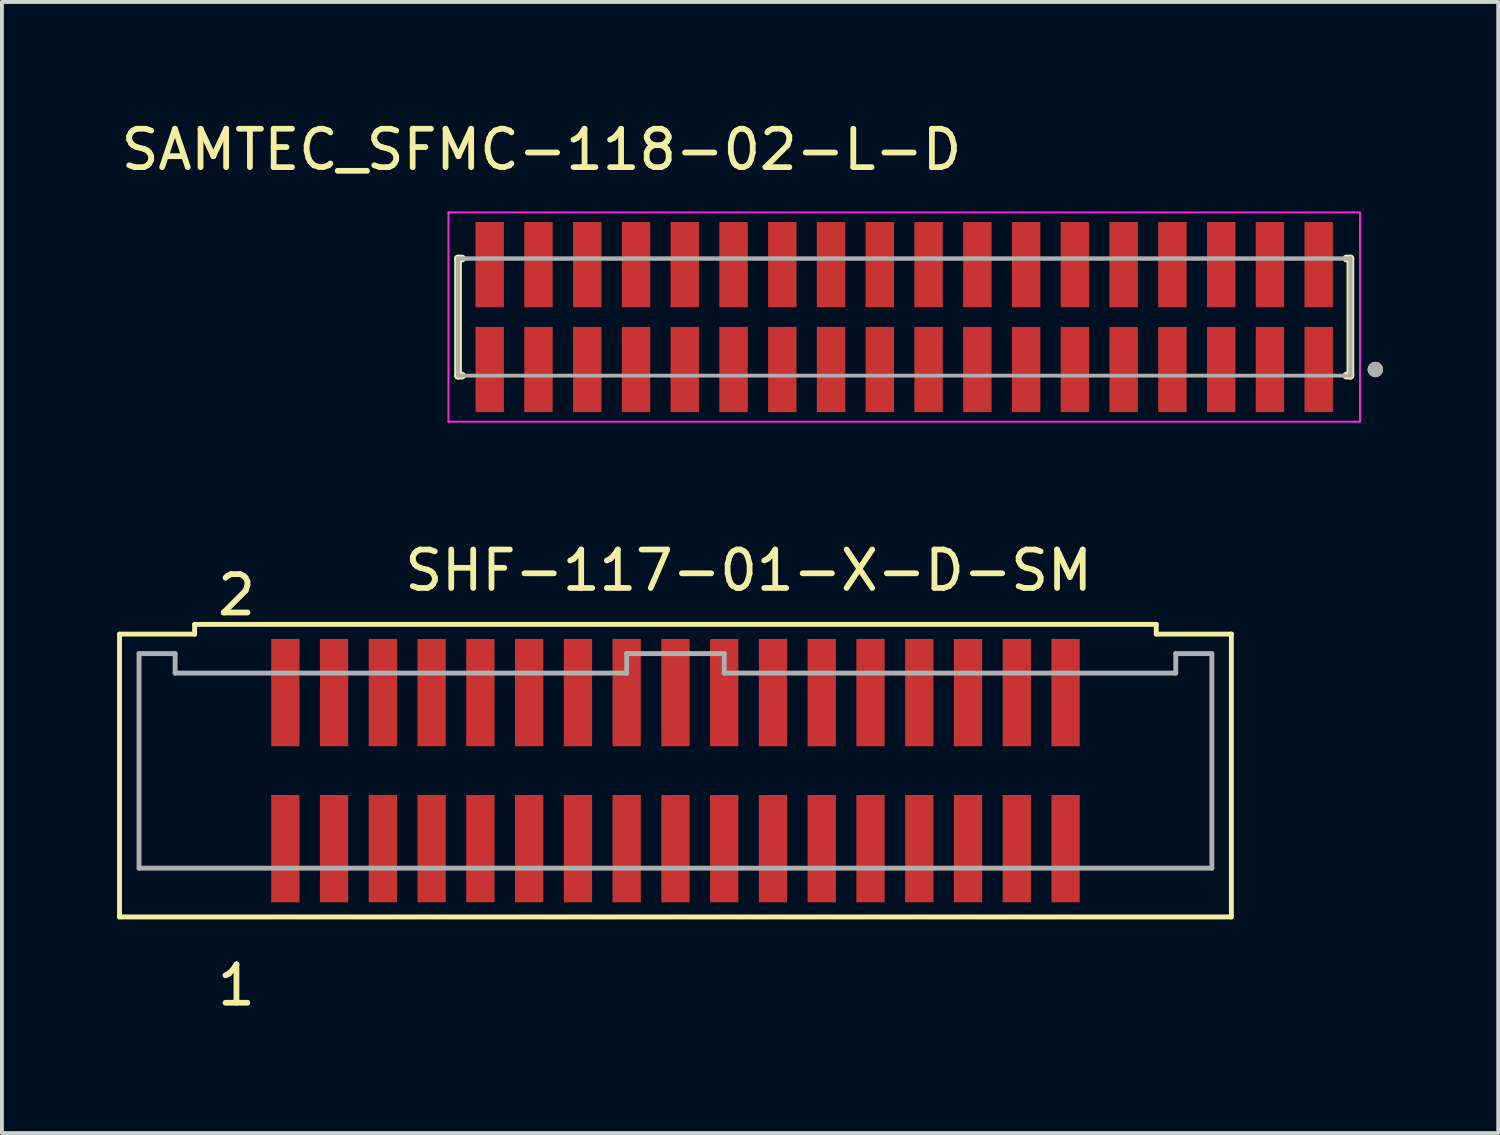
<source format=kicad_pcb>
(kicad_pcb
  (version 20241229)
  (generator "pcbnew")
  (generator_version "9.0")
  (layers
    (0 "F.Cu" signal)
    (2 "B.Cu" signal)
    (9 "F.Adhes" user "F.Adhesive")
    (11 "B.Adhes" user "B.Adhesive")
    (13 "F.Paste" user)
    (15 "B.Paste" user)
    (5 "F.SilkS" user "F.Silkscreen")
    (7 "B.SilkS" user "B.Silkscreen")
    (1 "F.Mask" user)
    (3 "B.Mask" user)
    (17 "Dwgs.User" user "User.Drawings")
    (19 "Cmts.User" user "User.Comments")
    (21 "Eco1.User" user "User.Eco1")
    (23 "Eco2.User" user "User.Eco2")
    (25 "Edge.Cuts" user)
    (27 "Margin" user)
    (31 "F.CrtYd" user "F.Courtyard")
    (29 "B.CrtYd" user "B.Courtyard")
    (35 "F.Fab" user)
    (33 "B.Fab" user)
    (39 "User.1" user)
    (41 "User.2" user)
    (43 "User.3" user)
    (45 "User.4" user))
  (footprint "SHF-117-01-X-D-SM"
    (layer "F.Cu")
    (at 14.541 17.02)
    (property "Reference" "SHF-117-01-X-D-SM" (at 1.907 -5.213 0) (layer "F.SilkS") (effects (font (size 1.001 1.001) (thickness 0.15))))
    (attr smd)
    (fp_line (start -14.478 -3.556) (end -12.522 -3.556) (stroke (width 0.127) (type solid)) (layer "F.SilkS"))
    (fp_line (start -14.478 3.81) (end -14.478 -3.556) (stroke (width 0.127) (type solid)) (layer "F.SilkS"))
    (fp_line (start -12.522 -3.81) (end 12.522 -3.81) (stroke (width 0.127) (type solid)) (layer "F.SilkS"))
    (fp_line (start -12.522 -3.556) (end -12.522 -3.81) (stroke (width 0.127) (type solid)) (layer "F.SilkS"))
    (fp_line (start 12.522 -3.81) (end 12.522 -3.556) (stroke (width 0.127) (type solid)) (layer "F.SilkS"))
    (fp_line (start 12.522 -3.556) (end 14.478 -3.556) (stroke (width 0.127) (type solid)) (layer "F.SilkS"))
    (fp_line (start 14.478 -3.556) (end 14.478 3.81) (stroke (width 0.127) (type solid)) (layer "F.SilkS"))
    (fp_line (start 14.478 3.81) (end -14.478 3.81) (stroke (width 0.127) (type solid)) (layer "F.SilkS"))
    (fp_line (start -13.97 -3.048) (end -13.03 -3.048) (stroke (width 0.127) (type solid)) (layer "F.Fab"))
    (fp_line (start -13.97 2.54) (end -13.97 -3.048) (stroke (width 0.127) (type solid)) (layer "F.Fab"))
    (fp_line (start -13.03 -3.048) (end -13.03 -2.54) (stroke (width 0.127) (type solid)) (layer "F.Fab"))
    (fp_line (start -13.03 -2.54) (end -1.27 -2.54) (stroke (width 0.127) (type solid)) (layer "F.Fab"))
    (fp_line (start -1.27 -3.048) (end 1.27 -3.048) (stroke (width 0.127) (type solid)) (layer "F.Fab"))
    (fp_line (start -1.27 -2.54) (end -1.27 -3.048) (stroke (width 0.127) (type solid)) (layer "F.Fab"))
    (fp_line (start 1.27 -3.048) (end 1.27 -2.54) (stroke (width 0.127) (type solid)) (layer "F.Fab"))
    (fp_line (start 1.27 -2.54) (end 13.03 -2.54) (stroke (width 0.127) (type solid)) (layer "F.Fab"))
    (fp_line (start 13.03 -3.048) (end 13.97 -3.048) (stroke (width 0.127) (type solid)) (layer "F.Fab"))
    (fp_line (start 13.03 -2.54) (end 13.03 -3.048) (stroke (width 0.127) (type solid)) (layer "F.Fab"))
    (fp_line (start 13.97 -3.048) (end 13.97 2.54) (stroke (width 0.127) (type solid)) (layer "F.Fab"))
    (fp_line (start 13.97 2.54) (end -13.97 2.54) (stroke (width 0.127) (type solid)) (layer "F.Fab"))
    (fp_text user "2" (at -11.432 -4.573 0) (layer "F.SilkS") (effects (font (size 1 1) (thickness 0.15))))
    (fp_text user "1" (at -11.433 5.59 0) (layer "F.SilkS") (effects (font (size 1 1) (thickness 0.15))))
    (pad "1" smd rect (at -10.16 2.032) (size 0.737 2.794) (layers "F.Cu" "F.Mask" "F.Paste"))
    (pad "2" smd rect (at -10.16 -2.032) (size 0.737 2.794) (layers "F.Cu" "F.Mask" "F.Paste"))
    (pad "3" smd rect (at -8.89 2.032) (size 0.737 2.794) (layers "F.Cu" "F.Mask" "F.Paste"))
    (pad "4" smd rect (at -8.89 -2.032) (size 0.737 2.794) (layers "F.Cu" "F.Mask" "F.Paste"))
    (pad "5" smd rect (at -7.62 2.032) (size 0.737 2.794) (layers "F.Cu" "F.Mask" "F.Paste"))
    (pad "6" smd rect (at -7.62 -2.032) (size 0.737 2.794) (layers "F.Cu" "F.Mask" "F.Paste"))
    (pad "7" smd rect (at -6.35 2.032) (size 0.737 2.794) (layers "F.Cu" "F.Mask" "F.Paste"))
    (pad "8" smd rect (at -6.35 -2.032) (size 0.737 2.794) (layers "F.Cu" "F.Mask" "F.Paste"))
    (pad "9" smd rect (at -5.08 2.032) (size 0.737 2.794) (layers "F.Cu" "F.Mask" "F.Paste"))
    (pad "10" smd rect (at -5.08 -2.032) (size 0.737 2.794) (layers "F.Cu" "F.Mask" "F.Paste"))
    (pad "11" smd rect (at -3.81 2.032) (size 0.737 2.794) (layers "F.Cu" "F.Mask" "F.Paste"))
    (pad "12" smd rect (at -3.81 -2.032) (size 0.737 2.794) (layers "F.Cu" "F.Mask" "F.Paste"))
    (pad "13" smd rect (at -2.54 2.032) (size 0.737 2.794) (layers "F.Cu" "F.Mask" "F.Paste"))
    (pad "14" smd rect (at -2.54 -2.032) (size 0.737 2.794) (layers "F.Cu" "F.Mask" "F.Paste"))
    (pad "15" smd rect (at -1.27 2.032) (size 0.737 2.794) (layers "F.Cu" "F.Mask" "F.Paste"))
    (pad "16" smd rect (at -1.27 -2.032) (size 0.737 2.794) (layers "F.Cu" "F.Mask" "F.Paste"))
    (pad "17" smd rect (at 0 2.032) (size 0.737 2.794) (layers "F.Cu" "F.Mask" "F.Paste"))
    (pad "18" smd rect (at 0 -2.032) (size 0.737 2.794) (layers "F.Cu" "F.Mask" "F.Paste"))
    (pad "19" smd rect (at 1.27 2.032) (size 0.737 2.794) (layers "F.Cu" "F.Mask" "F.Paste"))
    (pad "20" smd rect (at 1.27 -2.032) (size 0.737 2.794) (layers "F.Cu" "F.Mask" "F.Paste"))
    (pad "21" smd rect (at 2.54 2.032) (size 0.737 2.794) (layers "F.Cu" "F.Mask" "F.Paste"))
    (pad "22" smd rect (at 2.54 -2.032) (size 0.737 2.794) (layers "F.Cu" "F.Mask" "F.Paste"))
    (pad "23" smd rect (at 3.81 2.032) (size 0.737 2.794) (layers "F.Cu" "F.Mask" "F.Paste"))
    (pad "24" smd rect (at 3.81 -2.032) (size 0.737 2.794) (layers "F.Cu" "F.Mask" "F.Paste"))
    (pad "25" smd rect (at 5.08 2.032) (size 0.737 2.794) (layers "F.Cu" "F.Mask" "F.Paste"))
    (pad "26" smd rect (at 5.08 -2.032) (size 0.737 2.794) (layers "F.Cu" "F.Mask" "F.Paste"))
    (pad "27" smd rect (at 6.35 2.032) (size 0.737 2.794) (layers "F.Cu" "F.Mask" "F.Paste"))
    (pad "28" smd rect (at 6.35 -2.032) (size 0.737 2.794) (layers "F.Cu" "F.Mask" "F.Paste"))
    (pad "29" smd rect (at 7.62 2.032) (size 0.737 2.794) (layers "F.Cu" "F.Mask" "F.Paste"))
    (pad "30" smd rect (at 7.62 -2.032) (size 0.737 2.794) (layers "F.Cu" "F.Mask" "F.Paste"))
    (pad "31" smd rect (at 8.89 2.032) (size 0.737 2.794) (layers "F.Cu" "F.Mask" "F.Paste"))
    (pad "32" smd rect (at 8.89 -2.032) (size 0.737 2.794) (layers "F.Cu" "F.Mask" "F.Paste"))
    (pad "33" smd rect (at 10.16 2.032) (size 0.737 2.794) (layers "F.Cu" "F.Mask" "F.Paste"))
    (pad "34" smd rect (at 10.16 -2.032) (size 0.737 2.794) (layers "F.Cu" "F.Mask" "F.Paste")))
  (footprint "SAMTEC_SFMC-118-02-L-D"
    (layer "F.Cu")
    (at 20.499 5.208)
    (property "Reference" "SAMTEC_SFMC-118-02-L-D" (at -9.445 -4.36 0) (layer "F.SilkS") (effects (font (size 1 1) (thickness 0.15))))
    (attr smd)
    (fp_line (start -11.62 -1.525) (end -11.515 -1.525) (stroke (width 0.2) (type solid)) (layer "F.SilkS"))
    (fp_line (start -11.62 1.525) (end -11.62 -1.525) (stroke (width 0.2) (type solid)) (layer "F.SilkS"))
    (fp_line (start -11.515 1.525) (end -11.62 1.525) (stroke (width 0.2) (type solid)) (layer "F.SilkS"))
    (fp_line (start 11.515 -1.525) (end 11.62 -1.525) (stroke (width 0.2) (type solid)) (layer "F.SilkS"))
    (fp_line (start 11.515 1.525) (end 11.62 1.525) (stroke (width 0.2) (type solid)) (layer "F.SilkS"))
    (fp_line (start 11.62 -1.525) (end 11.62 1.525) (stroke (width 0.2) (type solid)) (layer "F.SilkS"))
    (fp_circle (center 12.27 1.365) (end 12.37 1.365) (stroke (width 0.2) (type solid)) (fill no) (layer "F.SilkS"))
    (fp_line (start -11.87 -2.725) (end 11.87 -2.725) (stroke (width 0.05) (type solid)) (layer "F.CrtYd"))
    (fp_line (start -11.87 2.725) (end -11.87 -2.725) (stroke (width 0.05) (type solid)) (layer "F.CrtYd"))
    (fp_line (start 11.87 -2.725) (end 11.87 2.725) (stroke (width 0.05) (type solid)) (layer "F.CrtYd"))
    (fp_line (start 11.87 2.725) (end -11.87 2.725) (stroke (width 0.05) (type solid)) (layer "F.CrtYd"))
    (fp_line (start -11.62 -1.525) (end 11.62 -1.525) (stroke (width 0.1) (type solid)) (layer "F.Fab"))
    (fp_line (start -11.62 -1.525) (end 11.62 -1.525) (stroke (width 0.1) (type solid)) (layer "F.Fab"))
    (fp_line (start -11.62 1.525) (end -11.62 -1.525) (stroke (width 0.1) (type solid)) (layer "F.Fab"))
    (fp_line (start -11.62 1.525) (end -11.62 -1.525) (stroke (width 0.1) (type solid)) (layer "F.Fab"))
    (fp_line (start 11.62 -1.525) (end 11.62 1.525) (stroke (width 0.1) (type solid)) (layer "F.Fab"))
    (fp_line (start 11.62 -1.525) (end 11.62 1.525) (stroke (width 0.1) (type solid)) (layer "F.Fab"))
    (fp_line (start 11.62 1.525) (end -11.62 1.525) (stroke (width 0.1) (type solid)) (layer "F.Fab"))
    (fp_circle (center 12.27 1.365) (end 12.37 1.365) (stroke (width 0.2) (type solid)) (fill no) (layer "F.Fab"))
    (pad "01" smd rect (at 10.795 1.365) (size 0.74 2.22) (layers "F.Cu" "F.Mask" "F.Paste"))
    (pad "02" smd rect (at 10.795 -1.365) (size 0.74 2.22) (layers "F.Cu" "F.Mask" "F.Paste"))
    (pad "03" smd rect (at 9.525 1.365) (size 0.74 2.22) (layers "F.Cu" "F.Mask" "F.Paste"))
    (pad "04" smd rect (at 9.525 -1.365) (size 0.74 2.22) (layers "F.Cu" "F.Mask" "F.Paste"))
    (pad "05" smd rect (at 8.255 1.365) (size 0.74 2.22) (layers "F.Cu" "F.Mask" "F.Paste"))
    (pad "06" smd rect (at 8.255 -1.365) (size 0.74 2.22) (layers "F.Cu" "F.Mask" "F.Paste"))
    (pad "07" smd rect (at 6.985 1.365) (size 0.74 2.22) (layers "F.Cu" "F.Mask" "F.Paste"))
    (pad "08" smd rect (at 6.985 -1.365) (size 0.74 2.22) (layers "F.Cu" "F.Mask" "F.Paste"))
    (pad "09" smd rect (at 5.715 1.365) (size 0.74 2.22) (layers "F.Cu" "F.Mask" "F.Paste"))
    (pad "10" smd rect (at 5.715 -1.365) (size 0.74 2.22) (layers "F.Cu" "F.Mask" "F.Paste"))
    (pad "11" smd rect (at 4.445 1.365) (size 0.74 2.22) (layers "F.Cu" "F.Mask" "F.Paste"))
    (pad "12" smd rect (at 4.445 -1.365) (size 0.74 2.22) (layers "F.Cu" "F.Mask" "F.Paste"))
    (pad "13" smd rect (at 3.175 1.365) (size 0.74 2.22) (layers "F.Cu" "F.Mask" "F.Paste"))
    (pad "14" smd rect (at 3.175 -1.365) (size 0.74 2.22) (layers "F.Cu" "F.Mask" "F.Paste"))
    (pad "15" smd rect (at 1.905 1.365) (size 0.74 2.22) (layers "F.Cu" "F.Mask" "F.Paste"))
    (pad "16" smd rect (at 1.905 -1.365) (size 0.74 2.22) (layers "F.Cu" "F.Mask" "F.Paste"))
    (pad "17" smd rect (at 0.635 1.365) (size 0.74 2.22) (layers "F.Cu" "F.Mask" "F.Paste"))
    (pad "18" smd rect (at 0.635 -1.365) (size 0.74 2.22) (layers "F.Cu" "F.Mask" "F.Paste"))
    (pad "19" smd rect (at -0.635 1.365) (size 0.74 2.22) (layers "F.Cu" "F.Mask" "F.Paste"))
    (pad "20" smd rect (at -0.635 -1.365) (size 0.74 2.22) (layers "F.Cu" "F.Mask" "F.Paste"))
    (pad "21" smd rect (at -1.905 1.365) (size 0.74 2.22) (layers "F.Cu" "F.Mask" "F.Paste"))
    (pad "22" smd rect (at -1.905 -1.365) (size 0.74 2.22) (layers "F.Cu" "F.Mask" "F.Paste"))
    (pad "23" smd rect (at -3.175 1.365) (size 0.74 2.22) (layers "F.Cu" "F.Mask" "F.Paste"))
    (pad "24" smd rect (at -3.175 -1.365) (size 0.74 2.22) (layers "F.Cu" "F.Mask" "F.Paste"))
    (pad "25" smd rect (at -4.445 1.365) (size 0.74 2.22) (layers "F.Cu" "F.Mask" "F.Paste"))
    (pad "26" smd rect (at -4.445 -1.365) (size 0.74 2.22) (layers "F.Cu" "F.Mask" "F.Paste"))
    (pad "27" smd rect (at -5.715 1.365) (size 0.74 2.22) (layers "F.Cu" "F.Mask" "F.Paste"))
    (pad "28" smd rect (at -5.715 -1.365) (size 0.74 2.22) (layers "F.Cu" "F.Mask" "F.Paste"))
    (pad "29" smd rect (at -6.985 1.365) (size 0.74 2.22) (layers "F.Cu" "F.Mask" "F.Paste"))
    (pad "30" smd rect (at -6.985 -1.365) (size 0.74 2.22) (layers "F.Cu" "F.Mask" "F.Paste"))
    (pad "31" smd rect (at -8.255 1.365) (size 0.74 2.22) (layers "F.Cu" "F.Mask" "F.Paste"))
    (pad "32" smd rect (at -8.255 -1.365) (size 0.74 2.22) (layers "F.Cu" "F.Mask" "F.Paste"))
    (pad "33" smd rect (at -9.525 1.365) (size 0.74 2.22) (layers "F.Cu" "F.Mask" "F.Paste"))
    (pad "34" smd rect (at -9.525 -1.365) (size 0.74 2.22) (layers "F.Cu" "F.Mask" "F.Paste"))
    (pad "35" smd rect (at -10.795 1.365) (size 0.74 2.22) (layers "F.Cu" "F.Mask" "F.Paste"))
    (pad "36" smd rect (at -10.795 -1.365) (size 0.74 2.22) (layers "F.Cu" "F.Mask" "F.Paste")))
  (gr_rect
    (start -3 -3)
    (end 35.969 26.458)
    (stroke (width 0.1) (type default))
    (fill no)
    (layer "Edge.Cuts")))
</source>
